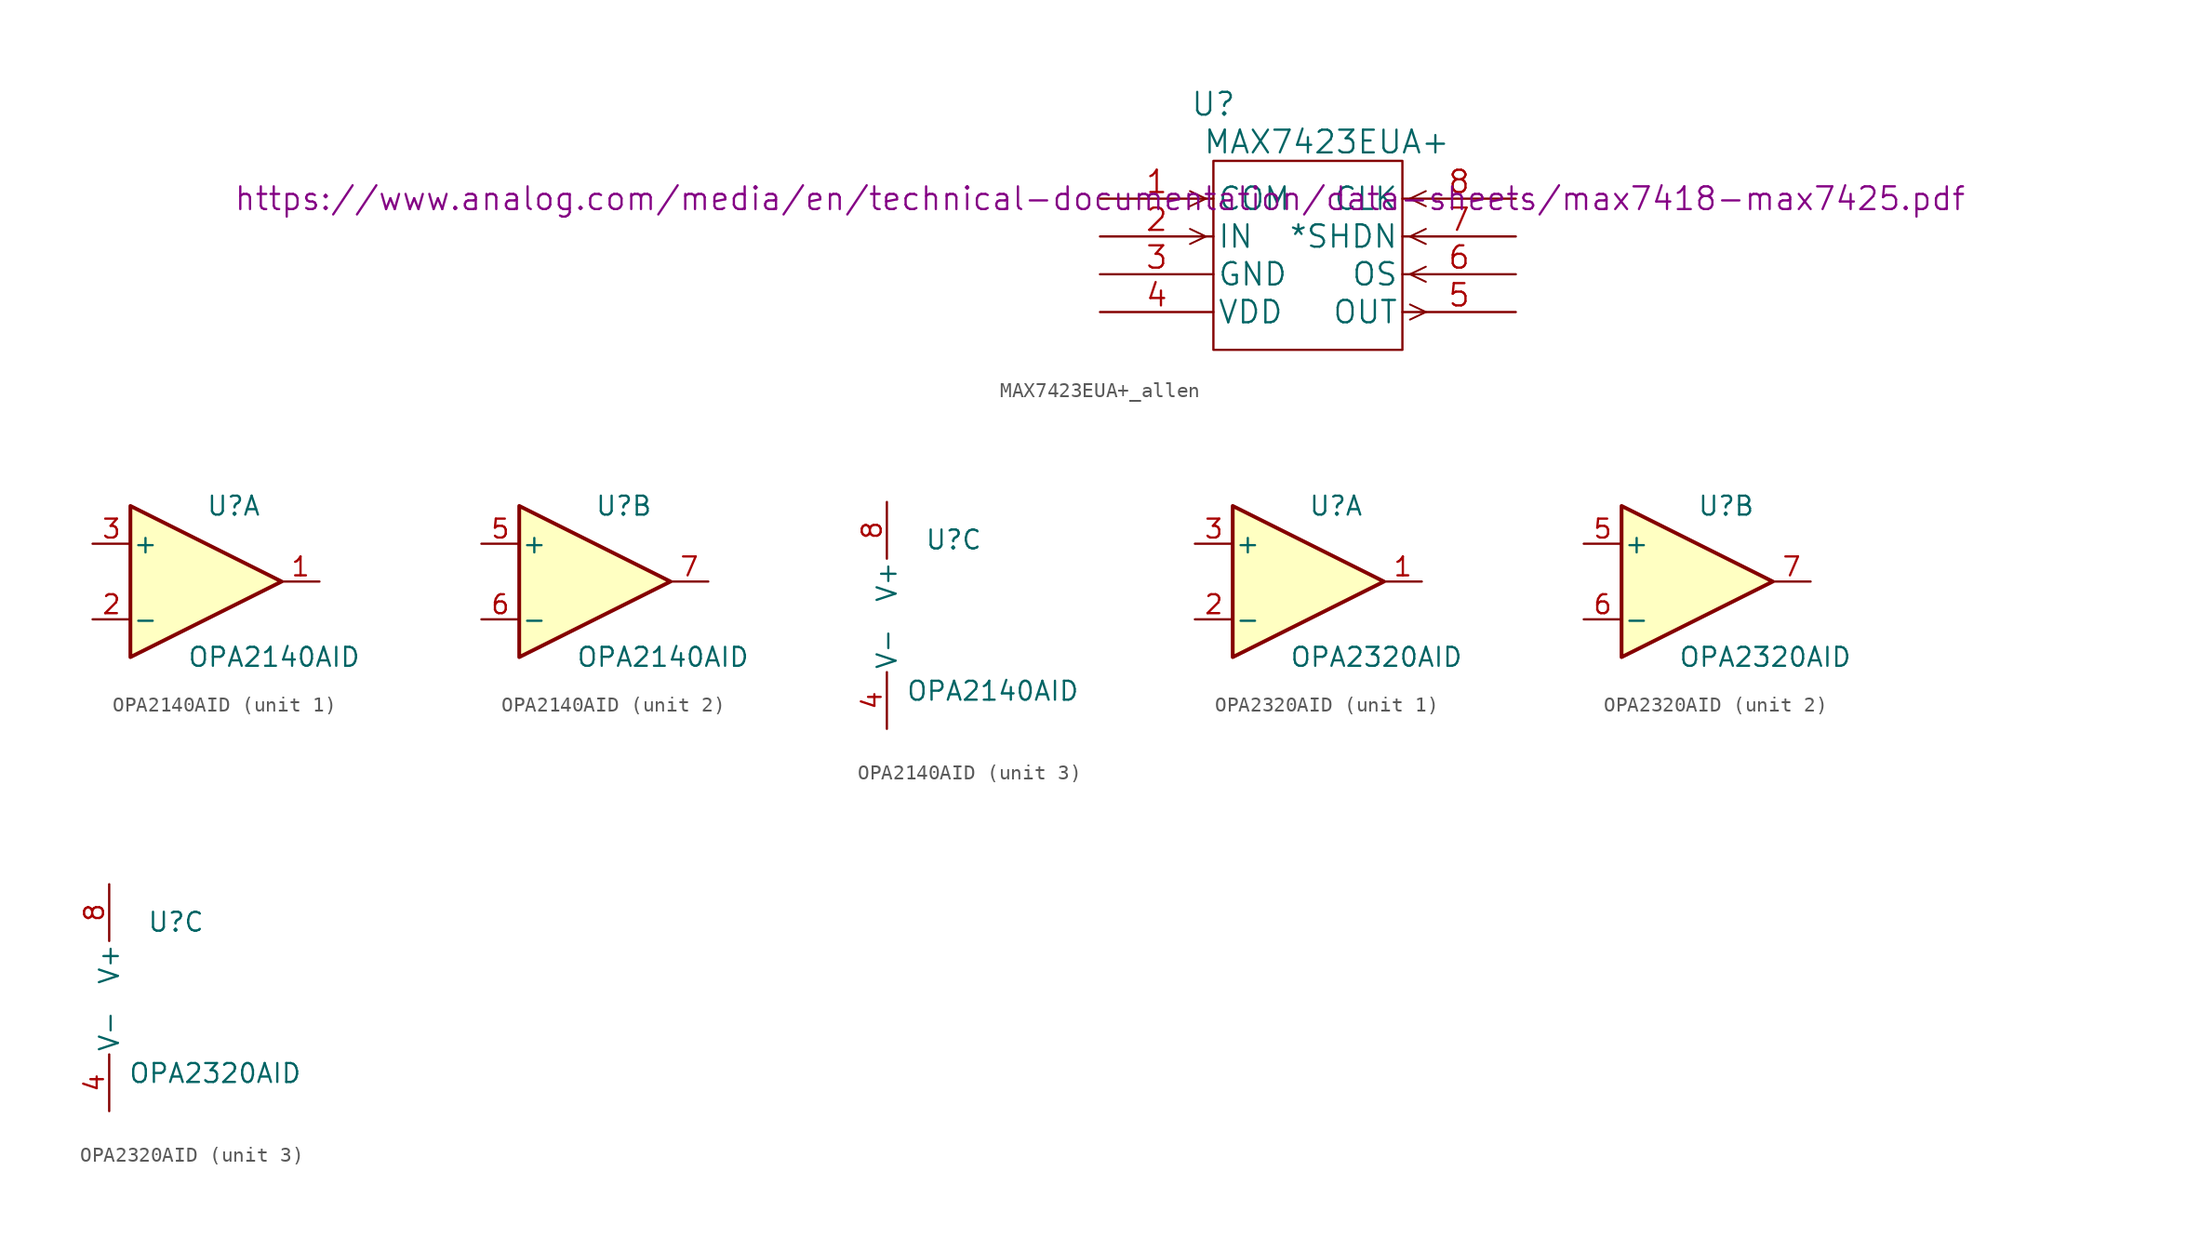
<source format=kicad_sym>
(kicad_symbol_lib
  (version 20220914)
  (generator kicad_symbol_editor)
  (symbol "MAX7423EUA+_allen"
    (pin_names
      (offset 0.254))
    (property "Reference" "U"
      (at 7.62 6.35 0)
      (effects (font (size 1.524 1.524))))
    (property "Value" "MAX7423EUA+"
      (at 15.24 3.81 0)
      (effects (font (size 1.524 1.524))))
    (property "Datasheet" "https://www.analog.com/media/en/technical-documentation/data-sheets/max7418-max7425.pdf"
      (at 0 0 0)
      (effects (font (size 1.524 1.524))))
    (symbol "MAX7423EUA+_allen_0_1"
      (rectangle (start 7.62 2.54) (end 20.32 -10.16) (stroke (width 0) (type default)) (fill (type none))))
    (symbol "MAX7423EUA+_allen_1_1"
      (polyline (pts (xy 7.112 -2.54) (xy 6.045 -3.048)) (stroke (width 0.127) (type solid)) (fill (type none)))
      (polyline (pts (xy 7.112 -2.54) (xy 6.045 -2.032)) (stroke (width 0.127) (type solid)) (fill (type none)))
      (polyline (pts (xy 7.112 0) (xy 6.045 -0.508)) (stroke (width 0.127) (type solid)) (fill (type none)))
      (polyline (pts (xy 7.112 0) (xy 6.045 0.508)) (stroke (width 0.127) (type solid)) (fill (type none)))
      (polyline (pts (xy 20.828 -8.128) (xy 21.895 -7.62)) (stroke (width 0.127) (type solid)) (fill (type none)))
      (polyline (pts (xy 20.828 -7.112) (xy 21.895 -7.62)) (stroke (width 0.127) (type solid)) (fill (type none)))
      (polyline (pts (xy 20.828 -5.08) (xy 21.895 -5.588)) (stroke (width 0.127) (type solid)) (fill (type none)))
      (polyline (pts (xy 20.828 -5.08) (xy 21.895 -4.572)) (stroke (width 0.127) (type solid)) (fill (type none)))
      (polyline (pts (xy 20.828 -2.54) (xy 21.895 -3.048)) (stroke (width 0.127) (type solid)) (fill (type none)))
      (polyline (pts (xy 20.828 -2.54) (xy 21.895 -2.032)) (stroke (width 0.127) (type solid)) (fill (type none)))
      (polyline (pts (xy 20.828 0) (xy 21.895 -0.508)) (stroke (width 0.127) (type solid)) (fill (type none)))
      (polyline (pts (xy 20.828 0) (xy 21.895 0.508)) (stroke (width 0.127) (type solid)) (fill (type none)))
      (pin input line (at 0 0 0) (length 7.62) (name "COM" (effects (font (size 1.499 1.499)))) (number "1" (effects (font (size 1.499 1.499)))))
      (pin input line (at 0 -2.54 0) (length 7.62) (name "IN" (effects (font (size 1.499 1.499)))) (number "2" (effects (font (size 1.499 1.499)))))
      (pin power_in line (at 0 -5.08 0) (length 7.62) (name "GND" (effects (font (size 1.499 1.499)))) (number "3" (effects (font (size 1.499 1.499)))))
      (pin power_in line (at 0 -7.62 0) (length 7.62) (name "VDD" (effects (font (size 1.499 1.499)))) (number "4" (effects (font (size 1.499 1.499)))))
      (pin output line (at 27.94 -7.62 180) (length 7.62) (name "OUT" (effects (font (size 1.499 1.499)))) (number "5" (effects (font (size 1.499 1.499)))))
      (pin input line (at 27.94 -5.08 180) (length 7.62) (name "OS" (effects (font (size 1.499 1.499)))) (number "6" (effects (font (size 1.499 1.499)))))
      (pin input line (at 27.94 -2.54 180) (length 7.62) (name "*SHDN" (effects (font (size 1.499 1.499)))) (number "7" (effects (font (size 1.499 1.499)))))
      (pin input line (at 27.94 0 180) (length 7.62) (name "CLK" (effects (font (size 1.499 1.499)))) (number "8" (effects (font (size 1.499 1.499)))))))
  (symbol "OPA2140AID"
    (pin_names
      (offset 0.127))
    (property "Reference" "U"
      (at 0 5.08 0)
      (effects (font (size 1.27 1.27)) (justify left)))
    (property "Value" "OPA2140AID"
      (at -1.27 -5.08 0)
      (effects (font (size 1.27 1.27)) (justify left)))
    (property "ki_locked" ""
      (at 0 0 0)
      (effects (font (size 1.27 1.27))))
    (symbol "OPA2140AID_1_1"
      (polyline (pts (xy -5.08 5.08) (xy 5.08 0) (xy -5.08 -5.08) (xy -5.08 5.08)) (stroke (width 0.254) (type default)) (fill (type background)))
      (pin output line (at 7.62 0 180) (length 2.54) (name "~" (effects (font (size 1.27 1.27)))) (number "1" (effects (font (size 1.27 1.27)))))
      (pin input line (at -7.62 -2.54 0) (length 2.54) (name "-" (effects (font (size 1.27 1.27)))) (number "2" (effects (font (size 1.27 1.27)))))
      (pin input line (at -7.62 2.54 0) (length 2.54) (name "+" (effects (font (size 1.27 1.27)))) (number "3" (effects (font (size 1.27 1.27))))))
    (symbol "OPA2140AID_2_1"
      (polyline (pts (xy -5.08 5.08) (xy 5.08 0) (xy -5.08 -5.08) (xy -5.08 5.08)) (stroke (width 0.254) (type default)) (fill (type background)))
      (pin input line (at -7.62 2.54 0) (length 2.54) (name "+" (effects (font (size 1.27 1.27)))) (number "5" (effects (font (size 1.27 1.27)))))
      (pin input line (at -7.62 -2.54 0) (length 2.54) (name "-" (effects (font (size 1.27 1.27)))) (number "6" (effects (font (size 1.27 1.27)))))
      (pin output line (at 7.62 0 180) (length 2.54) (name "~" (effects (font (size 1.27 1.27)))) (number "7" (effects (font (size 1.27 1.27))))))
    (symbol "OPA2140AID_3_1"
      (pin power_in line (at -2.54 -7.62 90) (length 3.81) (name "V-" (effects (font (size 1.27 1.27)))) (number "4" (effects (font (size 1.27 1.27)))))
      (pin power_in line (at -2.54 7.62 270) (length 3.81) (name "V+" (effects (font (size 1.27 1.27)))) (number "8" (effects (font (size 1.27 1.27)))))))
  (symbol "OPA2320AID"
    (pin_names
      (offset 0.127))
    (property "Reference" "U"
      (at 0 5.08 0)
      (effects (font (size 1.27 1.27)) (justify left)))
    (property "Value" "OPA2320AID"
      (at -1.27 -5.08 0)
      (effects (font (size 1.27 1.27)) (justify left)))
    (property "ki_locked" ""
      (at 0 0 0)
      (effects (font (size 1.27 1.27))))
    (symbol "OPA2320AID_1_1"
      (polyline (pts (xy -5.08 5.08) (xy 5.08 0) (xy -5.08 -5.08) (xy -5.08 5.08)) (stroke (width 0.254) (type default)) (fill (type background)))
      (pin output line (at 7.62 0 180) (length 2.54) (name "~" (effects (font (size 1.27 1.27)))) (number "1" (effects (font (size 1.27 1.27)))))
      (pin input line (at -7.62 -2.54 0) (length 2.54) (name "-" (effects (font (size 1.27 1.27)))) (number "2" (effects (font (size 1.27 1.27)))))
      (pin input line (at -7.62 2.54 0) (length 2.54) (name "+" (effects (font (size 1.27 1.27)))) (number "3" (effects (font (size 1.27 1.27))))))
    (symbol "OPA2320AID_2_1"
      (polyline (pts (xy -5.08 5.08) (xy 5.08 0) (xy -5.08 -5.08) (xy -5.08 5.08)) (stroke (width 0.254) (type default)) (fill (type background)))
      (pin input line (at -7.62 2.54 0) (length 2.54) (name "+" (effects (font (size 1.27 1.27)))) (number "5" (effects (font (size 1.27 1.27)))))
      (pin input line (at -7.62 -2.54 0) (length 2.54) (name "-" (effects (font (size 1.27 1.27)))) (number "6" (effects (font (size 1.27 1.27)))))
      (pin output line (at 7.62 0 180) (length 2.54) (name "~" (effects (font (size 1.27 1.27)))) (number "7" (effects (font (size 1.27 1.27))))))
    (symbol "OPA2320AID_3_1"
      (pin power_in line (at -2.54 -7.62 90) (length 3.81) (name "V-" (effects (font (size 1.27 1.27)))) (number "4" (effects (font (size 1.27 1.27)))))
      (pin power_in line (at -2.54 7.62 270) (length 3.81) (name "V+" (effects (font (size 1.27 1.27)))) (number "8" (effects (font (size 1.27 1.27))))))))
</source>
